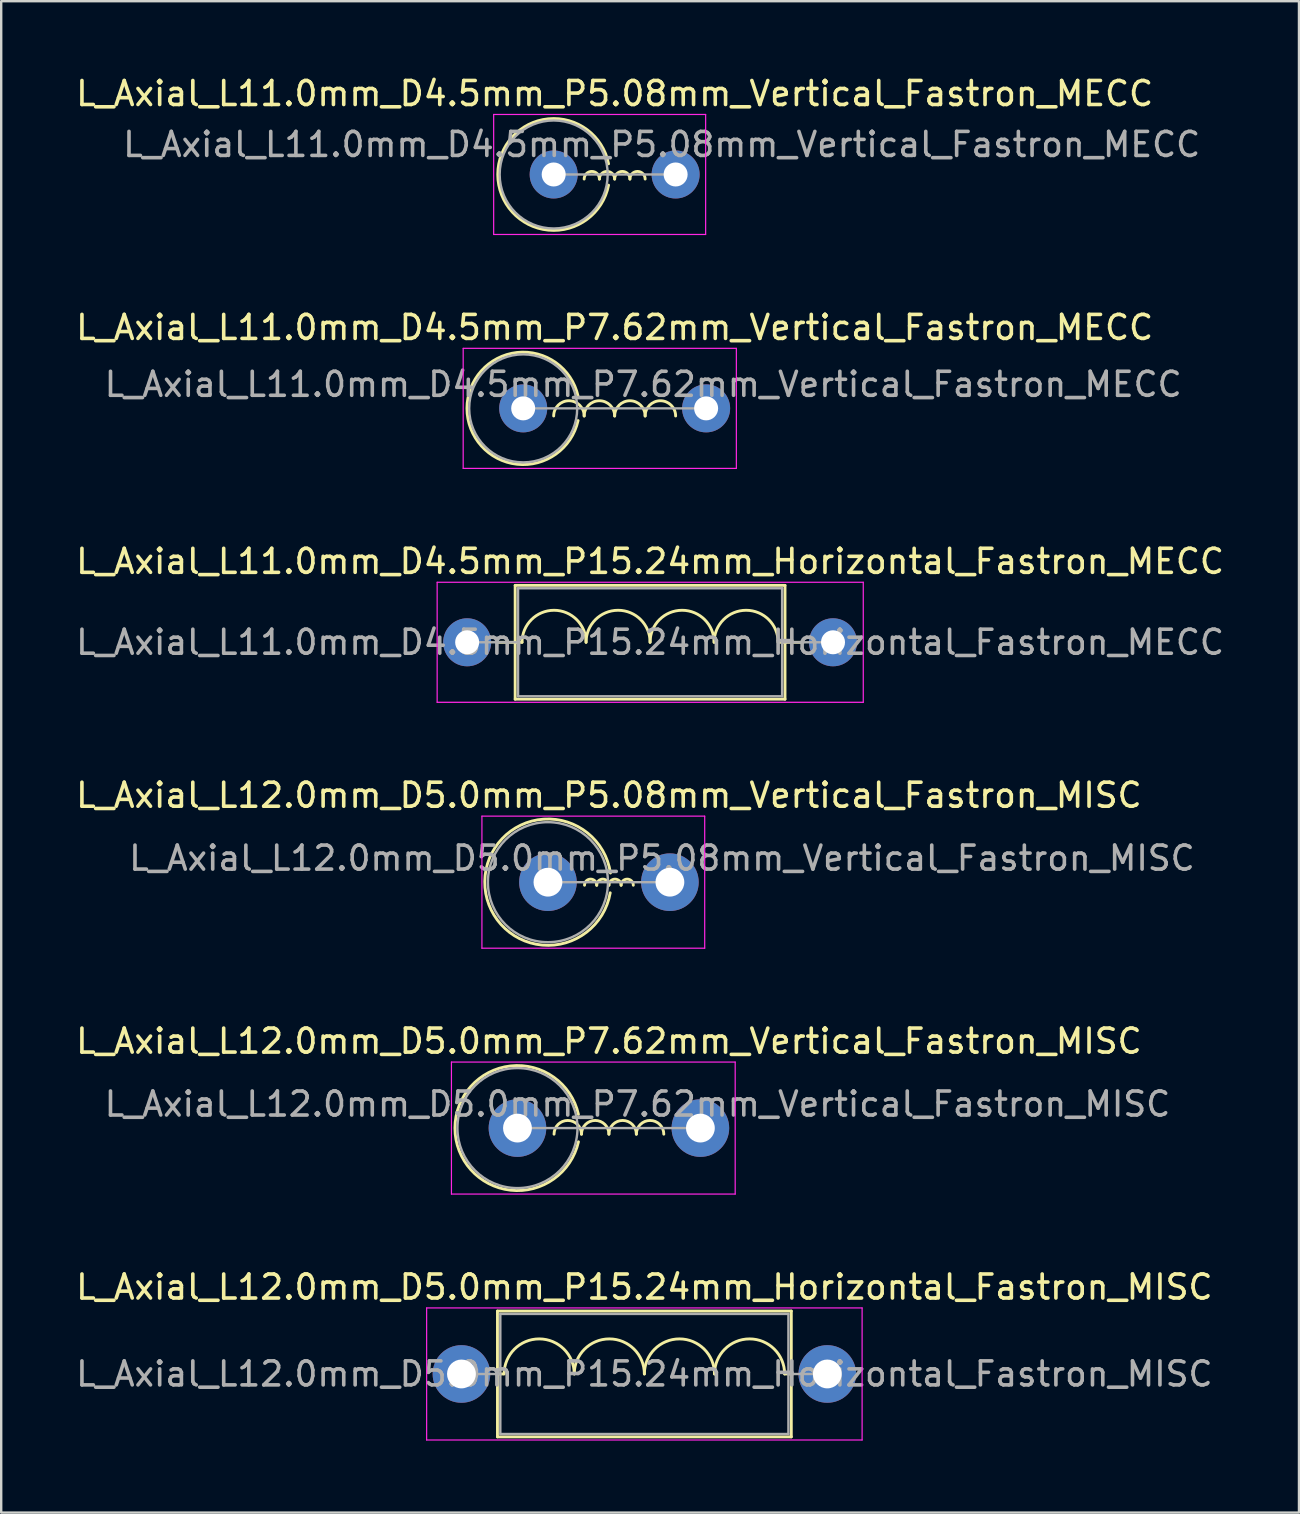
<source format=kicad_pcb>
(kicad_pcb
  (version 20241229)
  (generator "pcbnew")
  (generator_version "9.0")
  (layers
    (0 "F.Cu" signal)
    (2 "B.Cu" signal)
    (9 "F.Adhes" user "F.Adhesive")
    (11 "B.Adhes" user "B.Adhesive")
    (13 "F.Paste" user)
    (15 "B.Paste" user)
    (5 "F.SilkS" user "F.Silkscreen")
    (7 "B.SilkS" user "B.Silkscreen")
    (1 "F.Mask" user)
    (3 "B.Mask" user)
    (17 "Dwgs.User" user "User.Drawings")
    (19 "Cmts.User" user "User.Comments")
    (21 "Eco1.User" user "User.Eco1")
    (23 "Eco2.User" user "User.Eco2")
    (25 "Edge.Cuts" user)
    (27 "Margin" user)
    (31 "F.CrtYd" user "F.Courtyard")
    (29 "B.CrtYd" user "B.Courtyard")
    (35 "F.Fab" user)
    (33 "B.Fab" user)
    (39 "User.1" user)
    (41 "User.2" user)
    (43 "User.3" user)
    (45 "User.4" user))
  (footprint "L_Axial_L12.0mm_D5.0mm_P15.24mm_Horizontal_Fastron_MISC"
    (layer "F.Cu")
    (at 16.172 54.184)
    (property "Reference" "L_Axial_L12.0mm_D5.0mm_P15.24mm_Horizontal_Fastron_MISC" (at 7.62 -3.62 0) (layer "F.SilkS") (effects (font (size 1 1) (thickness 0.15))))
    (attr through_hole)
    (fp_line (start 1.44 0) (end 1.5 0) (stroke (width 0.12) (type solid)) (layer "F.SilkS"))
    (fp_line (start 1.5 -2.62) (end 1.5 2.62) (stroke (width 0.12) (type solid)) (layer "F.SilkS"))
    (fp_line (start 1.5 2.62) (end 13.74 2.62) (stroke (width 0.12) (type solid)) (layer "F.SilkS"))
    (fp_line (start 1.746 0) (end 1.46 0) (stroke (width 0.12) (type solid)) (layer "F.SilkS"))
    (fp_line (start 13.462 0) (end 13.78 0) (stroke (width 0.12) (type solid)) (layer "F.SilkS"))
    (fp_line (start 13.74 -2.62) (end 1.5 -2.62) (stroke (width 0.12) (type solid)) (layer "F.SilkS"))
    (fp_line (start 13.74 2.62) (end 13.74 -2.62) (stroke (width 0.12) (type solid)) (layer "F.SilkS"))
    (fp_line (start 13.8 0) (end 13.74 0) (stroke (width 0.12) (type solid)) (layer "F.SilkS"))
    (fp_arc (start 1.778 0) (mid 3.2385 -1.4605) (end 4.699 0) (stroke (width 0.12) (type solid)) (layer "F.SilkS"))
    (fp_arc (start 4.699 0) (mid 6.1595 -1.4605) (end 7.62 0) (stroke (width 0.12) (type solid)) (layer "F.SilkS"))
    (fp_arc (start 7.62 0) (mid 9.0805 -1.4605) (end 10.541 0) (stroke (width 0.12) (type solid)) (layer "F.SilkS"))
    (fp_arc (start 10.541 0) (mid 12.0015 -1.4605) (end 13.462 0) (stroke (width 0.12) (type solid)) (layer "F.SilkS"))
    (fp_line (start -1.45 -2.75) (end -1.45 2.75) (stroke (width 0.05) (type solid)) (layer "F.CrtYd"))
    (fp_line (start -1.45 2.75) (end 16.69 2.75) (stroke (width 0.05) (type solid)) (layer "F.CrtYd"))
    (fp_line (start 16.69 -2.75) (end -1.45 -2.75) (stroke (width 0.05) (type solid)) (layer "F.CrtYd"))
    (fp_line (start 16.69 2.75) (end 16.69 -2.75) (stroke (width 0.05) (type solid)) (layer "F.CrtYd"))
    (fp_line (start 0 0) (end 1.62 0) (stroke (width 0.1) (type solid)) (layer "F.Fab"))
    (fp_line (start 1.62 -2.5) (end 1.62 2.5) (stroke (width 0.1) (type solid)) (layer "F.Fab"))
    (fp_line (start 1.62 2.5) (end 13.62 2.5) (stroke (width 0.1) (type solid)) (layer "F.Fab"))
    (fp_line (start 13.62 -2.5) (end 1.62 -2.5) (stroke (width 0.1) (type solid)) (layer "F.Fab"))
    (fp_line (start 13.62 2.5) (end 13.62 -2.5) (stroke (width 0.1) (type solid)) (layer "F.Fab"))
    (fp_line (start 15.24 0) (end 13.62 0) (stroke (width 0.1) (type solid)) (layer "F.Fab"))
    (fp_text user "${REFERENCE}" (at 7.62 0 0) (layer "F.Fab") (effects (font (size 1 1) (thickness 0.15))))
    (pad "1" thru_hole circle (at 0 0) (size 2.4 2.4) (drill 1.2) (layers "*.Cu" "*.Mask"))
    (pad "2" thru_hole oval (at 15.24 0) (size 2.4 2.4) (drill 1.2) (layers "*.Cu" "*.Mask")))
  (footprint "L_Axial_L11.0mm_D4.5mm_P7.62mm_Vertical_Fastron_MECC"
    (layer "F.Cu")
    (at 18.744 13.961)
    (property "Reference" "L_Axial_L11.0mm_D4.5mm_P7.62mm_Vertical_Fastron_MECC" (at 3.81 -3.37 0) (layer "F.SilkS") (effects (font (size 1 1) (thickness 0.15))))
    (attr through_hole)
    (fp_arc (start 1.27 0.3175) (mid 1.905 -0.3175) (end 2.54 0.3175) (stroke (width 0.12) (type solid)) (layer "F.SilkS"))
    (fp_arc (start 2.286 0.508) (mid -2.341764 0) (end 2.286 -0.508) (stroke (width 0.12) (type solid)) (layer "F.SilkS"))
    (fp_arc (start 2.54 0.3175) (mid 3.175 -0.3175) (end 3.81 0.3175) (stroke (width 0.12) (type solid)) (layer "F.SilkS"))
    (fp_arc (start 3.81 0.3175) (mid 4.445 -0.3175) (end 5.08 0.3175) (stroke (width 0.12) (type solid)) (layer "F.SilkS"))
    (fp_arc (start 5.08 0.3175) (mid 5.715 -0.3175) (end 6.35 0.3175) (stroke (width 0.12) (type solid)) (layer "F.SilkS"))
    (fp_line (start -2.5 -2.5) (end -2.5 2.5) (stroke (width 0.05) (type solid)) (layer "F.CrtYd"))
    (fp_line (start -2.5 2.5) (end 8.88 2.5) (stroke (width 0.05) (type solid)) (layer "F.CrtYd"))
    (fp_line (start 8.88 -2.5) (end -2.5 -2.5) (stroke (width 0.05) (type solid)) (layer "F.CrtYd"))
    (fp_line (start 8.88 2.5) (end 8.88 -2.5) (stroke (width 0.05) (type solid)) (layer "F.CrtYd"))
    (fp_line (start 0 0) (end 7.62 0) (stroke (width 0.1) (type solid)) (layer "F.Fab"))
    (fp_circle (center 0 0) (end 2.25 0) (stroke (width 0.1) (type solid)) (fill no) (layer "F.Fab"))
    (fp_text user "${REFERENCE}" (at 5 -1 0) (layer "F.Fab") (effects (font (size 1 1) (thickness 0.15))))
    (pad "1" thru_hole circle (at 0 0) (size 2 2) (drill 1) (layers "*.Cu" "*.Mask"))
    (pad "2" thru_hole oval (at 7.62 0) (size 2 2) (drill 1) (layers "*.Cu" "*.Mask")))
  (footprint "L_Axial_L12.0mm_D5.0mm_P7.62mm_Vertical_Fastron_MISC"
    (layer "F.Cu")
    (at 18.505 43.941)
    (property "Reference" "L_Axial_L12.0mm_D5.0mm_P7.62mm_Vertical_Fastron_MISC" (at 3.81 -3.62 0) (layer "F.SilkS") (effects (font (size 1 1) (thickness 0.15))))
    (attr through_hole)
    (fp_arc (start 1.524 0.254) (mid 2.0955 -0.3175) (end 2.667 0.254) (stroke (width 0.12) (type solid)) (layer "F.SilkS"))
    (fp_arc (start 2.54 0.5715) (mid -2.6035 0) (end 2.54 -0.5715) (stroke (width 0.12) (type solid)) (layer "F.SilkS"))
    (fp_arc (start 2.667 0.254) (mid 3.2385 -0.3175) (end 3.81 0.254) (stroke (width 0.12) (type solid)) (layer "F.SilkS"))
    (fp_arc (start 3.81 0.254) (mid 4.3815 -0.3175) (end 4.953 0.254) (stroke (width 0.12) (type solid)) (layer "F.SilkS"))
    (fp_arc (start 4.953 0.254) (mid 5.5245 -0.3175) (end 6.096 0.254) (stroke (width 0.12) (type solid)) (layer "F.SilkS"))
    (fp_line (start -2.75 -2.75) (end -2.75 2.75) (stroke (width 0.05) (type solid)) (layer "F.CrtYd"))
    (fp_line (start -2.75 2.75) (end 9.07 2.75) (stroke (width 0.05) (type solid)) (layer "F.CrtYd"))
    (fp_line (start 9.07 -2.75) (end -2.75 -2.75) (stroke (width 0.05) (type solid)) (layer "F.CrtYd"))
    (fp_line (start 9.07 2.75) (end 9.07 -2.75) (stroke (width 0.05) (type solid)) (layer "F.CrtYd"))
    (fp_line (start 0 0) (end 7.62 0) (stroke (width 0.1) (type solid)) (layer "F.Fab"))
    (fp_circle (center 0 0) (end 2.5 0) (stroke (width 0.1) (type solid)) (fill no) (layer "F.Fab"))
    (fp_text user "${REFERENCE}" (at 5 -1 0) (layer "F.Fab") (effects (font (size 1 1) (thickness 0.15))))
    (pad "1" thru_hole circle (at 0 0) (size 2.4 2.4) (drill 1.2) (layers "*.Cu" "*.Mask"))
    (pad "2" thru_hole oval (at 7.62 0) (size 2.4 2.4) (drill 1.2) (layers "*.Cu" "*.Mask")))
  (footprint "L_Axial_L11.0mm_D4.5mm_P5.08mm_Vertical_Fastron_MECC"
    (layer "F.Cu")
    (at 20.014 4.218)
    (property "Reference" "L_Axial_L11.0mm_D4.5mm_P5.08mm_Vertical_Fastron_MECC" (at 2.54 -3.37 0) (layer "F.SilkS") (effects (font (size 1 1) (thickness 0.15))))
    (attr through_hole)
    (fp_arc (start 1.27 0.1905) (mid 1.5875 -0.127) (end 1.905 0.1905) (stroke (width 0.12) (type solid)) (layer "F.SilkS"))
    (fp_arc (start 1.905 0.1905) (mid 2.2225 -0.127) (end 2.54 0.1905) (stroke (width 0.12) (type solid)) (layer "F.SilkS"))
    (fp_arc (start 2.286 0.4445) (mid -2.328814 0) (end 2.286 -0.4445) (stroke (width 0.12) (type solid)) (layer "F.SilkS"))
    (fp_arc (start 2.54 0.1905) (mid 2.8575 -0.127) (end 3.175 0.1905) (stroke (width 0.12) (type solid)) (layer "F.SilkS"))
    (fp_arc (start 3.175 0.1905) (mid 3.4925 -0.127) (end 3.81 0.1905) (stroke (width 0.12) (type solid)) (layer "F.SilkS"))
    (fp_line (start -2.5 -2.5) (end -2.5 2.5) (stroke (width 0.05) (type solid)) (layer "F.CrtYd"))
    (fp_line (start -2.5 2.5) (end 6.33 2.5) (stroke (width 0.05) (type solid)) (layer "F.CrtYd"))
    (fp_line (start 6.33 -2.5) (end -2.5 -2.5) (stroke (width 0.05) (type solid)) (layer "F.CrtYd"))
    (fp_line (start 6.33 2.5) (end 6.33 -2.5) (stroke (width 0.05) (type solid)) (layer "F.CrtYd"))
    (fp_line (start 0 0) (end 5.08 0) (stroke (width 0.1) (type solid)) (layer "F.Fab"))
    (fp_circle (center 0 0) (end 2.25 0) (stroke (width 0.1) (type solid)) (fill no) (layer "F.Fab"))
    (fp_text user "${REFERENCE}" (at 4.5 -1.25 0) (layer "F.Fab") (effects (font (size 1 1) (thickness 0.15))))
    (pad "1" thru_hole circle (at 0 0) (size 2 2) (drill 1) (layers "*.Cu" "*.Mask"))
    (pad "2" thru_hole oval (at 5.08 0) (size 2 2) (drill 1) (layers "*.Cu" "*.Mask")))
  (footprint "L_Axial_L12.0mm_D5.0mm_P5.08mm_Vertical_Fastron_MISC"
    (layer "F.Cu")
    (at 19.775 33.698)
    (property "Reference" "L_Axial_L12.0mm_D5.0mm_P5.08mm_Vertical_Fastron_MISC" (at 2.54 -3.62 0) (layer "F.SilkS") (effects (font (size 1 1) (thickness 0.15))))
    (attr through_hole)
    (fp_arc (start 1.524 0.127) (mid 1.778 -0.127) (end 2.032 0.127) (stroke (width 0.12) (type solid)) (layer "F.SilkS"))
    (fp_arc (start 2.032 0.127) (mid 2.286 -0.127) (end 2.54 0.127) (stroke (width 0.12) (type solid)) (layer "F.SilkS"))
    (fp_arc (start 2.54 0.127) (mid 2.794 -0.127) (end 3.048 0.127) (stroke (width 0.12) (type solid)) (layer "F.SilkS"))
    (fp_arc (start 2.5937 0.442827) (mid -2.631044 -0.031297) (end 2.6035 -0.381) (stroke (width 0.12) (type solid)) (layer "F.SilkS"))
    (fp_arc (start 3.048 0.127) (mid 3.302 -0.127) (end 3.556 0.127) (stroke (width 0.12) (type solid)) (layer "F.SilkS"))
    (fp_line (start -2.75 -2.75) (end -2.75 2.75) (stroke (width 0.05) (type solid)) (layer "F.CrtYd"))
    (fp_line (start -2.75 2.75) (end 6.53 2.75) (stroke (width 0.05) (type solid)) (layer "F.CrtYd"))
    (fp_line (start 6.53 -2.75) (end -2.75 -2.75) (stroke (width 0.05) (type solid)) (layer "F.CrtYd"))
    (fp_line (start 6.53 2.75) (end 6.53 -2.75) (stroke (width 0.05) (type solid)) (layer "F.CrtYd"))
    (fp_line (start 0 0) (end 5.08 0) (stroke (width 0.1) (type solid)) (layer "F.Fab"))
    (fp_circle (center 0 0) (end 2.5 0) (stroke (width 0.1) (type solid)) (fill no) (layer "F.Fab"))
    (fp_text user "${REFERENCE}" (at 4.75 -1 0) (layer "F.Fab") (effects (font (size 1 1) (thickness 0.15))))
    (pad "1" thru_hole circle (at 0 0) (size 2.4 2.4) (drill 1.2) (layers "*.Cu" "*.Mask"))
    (pad "2" thru_hole oval (at 5.08 0) (size 2.4 2.4) (drill 1.2) (layers "*.Cu" "*.Mask")))
  (footprint "L_Axial_L11.0mm_D4.5mm_P15.24mm_Horizontal_Fastron_MECC"
    (layer "F.Cu")
    (at 16.41 23.705)
    (property "Reference" "L_Axial_L11.0mm_D4.5mm_P15.24mm_Horizontal_Fastron_MECC" (at 7.62 -3.37 0) (layer "F.SilkS") (effects (font (size 1 1) (thickness 0.15))))
    (attr through_hole)
    (fp_line (start 1.24 0) (end 2 0) (stroke (width 0.12) (type solid)) (layer "F.SilkS"))
    (fp_line (start 2 -2.37) (end 2 2.37) (stroke (width 0.12) (type solid)) (layer "F.SilkS"))
    (fp_line (start 2 2.37) (end 13.24 2.37) (stroke (width 0.12) (type solid)) (layer "F.SilkS"))
    (fp_line (start 2.286 0) (end 2 0) (stroke (width 0.12) (type solid)) (layer "F.SilkS"))
    (fp_line (start 12.954 0) (end 13.271 0) (stroke (width 0.12) (type solid)) (layer "F.SilkS"))
    (fp_line (start 13.24 -2.37) (end 2 -2.37) (stroke (width 0.12) (type solid)) (layer "F.SilkS"))
    (fp_line (start 13.24 2.37) (end 13.24 -2.37) (stroke (width 0.12) (type solid)) (layer "F.SilkS"))
    (fp_line (start 14 0) (end 13.24 0) (stroke (width 0.12) (type solid)) (layer "F.SilkS"))
    (fp_arc (start 2.286 0) (mid 3.6195 -1.3335) (end 4.953 0) (stroke (width 0.12) (type solid)) (layer "F.SilkS"))
    (fp_arc (start 4.953 0) (mid 6.2865 -1.3335) (end 7.62 0) (stroke (width 0.12) (type solid)) (layer "F.SilkS"))
    (fp_arc (start 7.62 0) (mid 8.9535 -1.3335) (end 10.287 0) (stroke (width 0.12) (type solid)) (layer "F.SilkS"))
    (fp_arc (start 10.287 0) (mid 11.6205 -1.3335) (end 12.954 0) (stroke (width 0.12) (type solid)) (layer "F.SilkS"))
    (fp_line (start -1.25 -2.5) (end -1.25 2.5) (stroke (width 0.05) (type solid)) (layer "F.CrtYd"))
    (fp_line (start -1.25 2.5) (end 16.5 2.5) (stroke (width 0.05) (type solid)) (layer "F.CrtYd"))
    (fp_line (start 16.5 -2.5) (end -1.25 -2.5) (stroke (width 0.05) (type solid)) (layer "F.CrtYd"))
    (fp_line (start 16.5 2.5) (end 16.5 -2.5) (stroke (width 0.05) (type solid)) (layer "F.CrtYd"))
    (fp_line (start 0 0) (end 2.12 0) (stroke (width 0.1) (type solid)) (layer "F.Fab"))
    (fp_line (start 2.12 -2.25) (end 2.12 2.25) (stroke (width 0.1) (type solid)) (layer "F.Fab"))
    (fp_line (start 2.12 2.25) (end 13.12 2.25) (stroke (width 0.1) (type solid)) (layer "F.Fab"))
    (fp_line (start 13.12 -2.25) (end 2.12 -2.25) (stroke (width 0.1) (type solid)) (layer "F.Fab"))
    (fp_line (start 13.12 2.25) (end 13.12 -2.25) (stroke (width 0.1) (type solid)) (layer "F.Fab"))
    (fp_line (start 15.24 0) (end 13.12 0) (stroke (width 0.1) (type solid)) (layer "F.Fab"))
    (fp_text user "${REFERENCE}" (at 7.62 0 0) (layer "F.Fab") (effects (font (size 1 1) (thickness 0.15))))
    (pad "1" thru_hole circle (at 0 0) (size 2 2) (drill 1) (layers "*.Cu" "*.Mask"))
    (pad "2" thru_hole oval (at 15.24 0) (size 2 2) (drill 1) (layers "*.Cu" "*.Mask")))
  (gr_rect
    (start -3 -3)
    (end 51.06 59.959)
    (stroke (width 0.1) (type default))
    (fill no)
    (layer "Edge.Cuts")))
</source>
